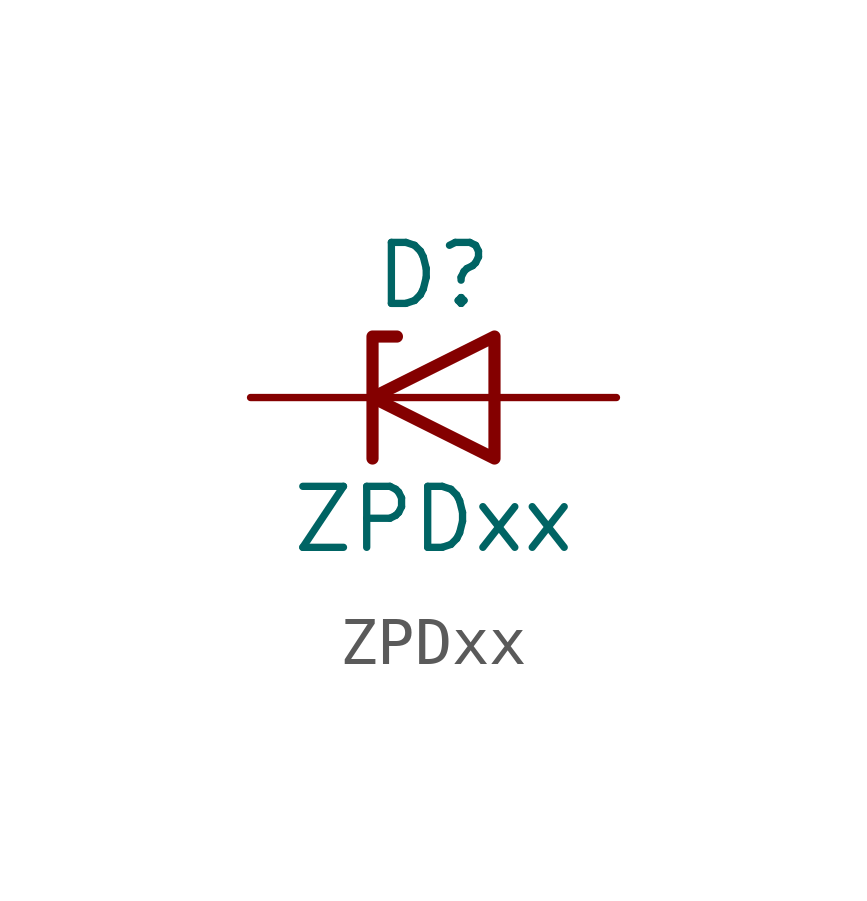
<source format=kicad_sym>
(kicad_symbol_lib
  (version 20201005)
  (generator kicad_symbol_editor)
  (symbol "Diode:ZPDxx"
    (pin_numbers hide)
    (pin_names
      (offset 1.016) hide)
    (property "Reference" "D"
      (at 0 2.54 0)
      (effects (font (size 1.27 1.27))))
    (property "Value" "ZPDxx"
      (at 0 -2.54 0)
      (effects (font (size 1.27 1.27))))
    (symbol "ZPDxx_0_1"
      (polyline (pts (xy 1.27 0) (xy -1.27 0)) (stroke (width 0)) (fill (type none)))
      (polyline (pts (xy -1.27 -1.27) (xy -1.27 1.27) (xy -0.762 1.27)) (stroke (width 0.254)) (fill (type none)))
      (polyline (pts (xy 1.27 -1.27) (xy 1.27 1.27) (xy -1.27 0) (xy 1.27 -1.27)) (stroke (width 0.254)) (fill (type none))))
    (symbol "ZPDxx_1_1"
      (pin passive line (at -3.81 0 0) (length 2.54) (name "K" (effects (font (size 1.27 1.27)))) (number "1" (effects (font (size 1.27 1.27)))))
      (pin passive line (at 3.81 0 180) (length 2.54) (name "A" (effects (font (size 1.27 1.27)))) (number "2" (effects (font (size 1.27 1.27))))))))
</source>
